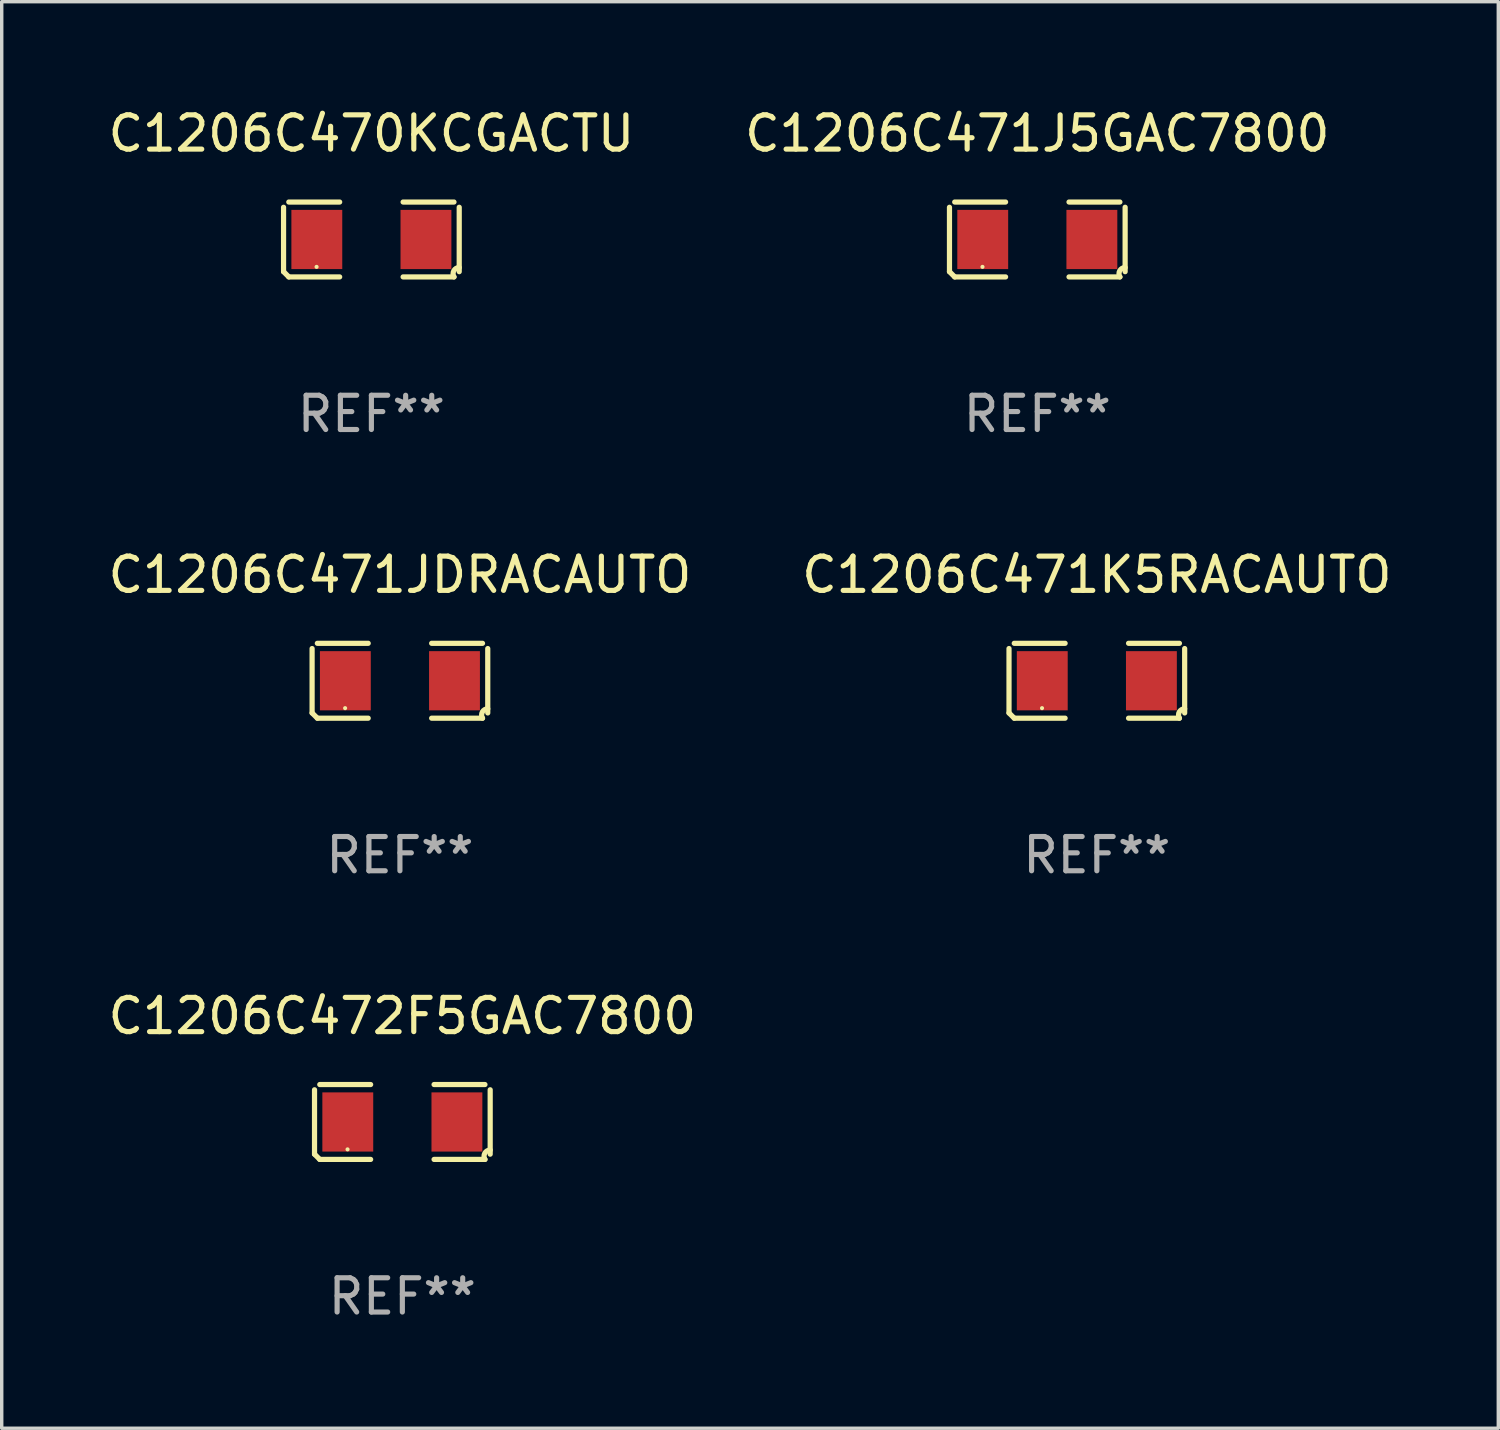
<source format=kicad_pcb>
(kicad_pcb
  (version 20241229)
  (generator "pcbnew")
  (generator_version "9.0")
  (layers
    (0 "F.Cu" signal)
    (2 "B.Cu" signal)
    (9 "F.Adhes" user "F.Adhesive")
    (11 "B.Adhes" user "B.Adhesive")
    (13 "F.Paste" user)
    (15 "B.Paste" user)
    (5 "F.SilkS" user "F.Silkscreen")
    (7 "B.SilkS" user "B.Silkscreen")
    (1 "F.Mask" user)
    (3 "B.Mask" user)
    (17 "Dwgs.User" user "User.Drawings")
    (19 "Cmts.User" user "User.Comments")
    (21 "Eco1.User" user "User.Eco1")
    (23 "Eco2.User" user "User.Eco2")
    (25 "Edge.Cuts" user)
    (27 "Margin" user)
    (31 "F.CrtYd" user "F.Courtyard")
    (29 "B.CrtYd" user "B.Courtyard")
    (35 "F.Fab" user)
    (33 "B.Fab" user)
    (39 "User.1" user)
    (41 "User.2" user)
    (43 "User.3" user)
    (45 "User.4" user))
  (footprint "C1206C470KCGACTU"
    (layer "F.Cu")
    (at 7.792 3.941)
    (property "Reference" "C1206C470KCGACTU" (at 0 -3.093 0) (layer "F.SilkS") (effects (font (size 1 1) (thickness 0.15))))
    (attr through_hole)
    (fp_line (start -2.564 0.94) (end -2.564 -0.94) (stroke (width 0.152) (type solid)) (layer "F.SilkS"))
    (fp_line (start -2.411 -1.093) (end -0.926 -1.093) (stroke (width 0.152) (type solid)) (layer "F.SilkS"))
    (fp_line (start -0.926 1.093) (end -2.411 1.093) (stroke (width 0.152) (type solid)) (layer "F.SilkS"))
    (fp_line (start 0.926 1.093) (end 2.411 1.093) (stroke (width 0.152) (type solid)) (layer "F.SilkS"))
    (fp_line (start 2.411 -1.093) (end 0.926 -1.093) (stroke (width 0.152) (type solid)) (layer "F.SilkS"))
    (fp_line (start 2.564 0.94) (end 2.564 -0.94) (stroke (width 0.152) (type solid)) (layer "F.SilkS"))
    (fp_arc (start -2.411201 1.092609) (mid -2.487413 1.01642) (end -2.563602 0.940208) (stroke (width 0.1524) (type solid)) (layer "F.SilkS"))
    (fp_arc (start 2.411201 1.092609) (mid 2.407159 0.911226) (end 2.563602 0.819347) (stroke (width 0.1524) (type solid)) (layer "F.SilkS"))
    (fp_circle (center -1.6 0.8) (end -1.57 0.8) (stroke (width 0.06) (type solid)) (fill no) (layer "F.SilkS"))
    (fp_text user "REF**" (at 0 5.093 0) (layer "F.Fab") (effects (font (size 1 1) (thickness 0.15))))
    (pad "1" smd rect (at -1.593 0) (size 1.485 1.728) (layers "F.Cu" "F.Mask" "F.Paste"))
    (pad "2" smd rect (at 1.593 0) (size 1.485 1.728) (layers "F.Cu" "F.Mask" "F.Paste")))
  (footprint "C1206C471JDRACAUTO"
    (layer "F.Cu")
    (at 8.625 16.823)
    (property "Reference" "C1206C471JDRACAUTO" (at 0 -3.093 0) (layer "F.SilkS") (effects (font (size 1 1) (thickness 0.15))))
    (attr through_hole)
    (fp_line (start -2.564 0.94) (end -2.564 -0.94) (stroke (width 0.152) (type solid)) (layer "F.SilkS"))
    (fp_line (start -2.411 -1.093) (end -0.926 -1.093) (stroke (width 0.152) (type solid)) (layer "F.SilkS"))
    (fp_line (start -0.926 1.093) (end -2.411 1.093) (stroke (width 0.152) (type solid)) (layer "F.SilkS"))
    (fp_line (start 0.926 1.093) (end 2.411 1.093) (stroke (width 0.152) (type solid)) (layer "F.SilkS"))
    (fp_line (start 2.411 -1.093) (end 0.926 -1.093) (stroke (width 0.152) (type solid)) (layer "F.SilkS"))
    (fp_line (start 2.564 0.94) (end 2.564 -0.94) (stroke (width 0.152) (type solid)) (layer "F.SilkS"))
    (fp_arc (start -2.411201 1.092609) (mid -2.487413 1.01642) (end -2.563602 0.940208) (stroke (width 0.1524) (type solid)) (layer "F.SilkS"))
    (fp_arc (start 2.411201 1.092609) (mid 2.407159 0.911226) (end 2.563602 0.819347) (stroke (width 0.1524) (type solid)) (layer "F.SilkS"))
    (fp_circle (center -1.6 0.8) (end -1.57 0.8) (stroke (width 0.06) (type solid)) (fill no) (layer "F.SilkS"))
    (fp_text user "REF**" (at 0 5.093 0) (layer "F.Fab") (effects (font (size 1 1) (thickness 0.15))))
    (pad "1" smd rect (at -1.593 0) (size 1.485 1.728) (layers "F.Cu" "F.Mask" "F.Paste"))
    (pad "2" smd rect (at 1.593 0) (size 1.485 1.728) (layers "F.Cu" "F.Mask" "F.Paste")))
  (footprint "C1206C472F5GAC7800"
    (layer "F.Cu")
    (at 8.696 29.704)
    (property "Reference" "C1206C472F5GAC7800" (at 0 -3.093 0) (layer "F.SilkS") (effects (font (size 1 1) (thickness 0.15))))
    (attr through_hole)
    (fp_line (start -2.564 0.94) (end -2.564 -0.94) (stroke (width 0.152) (type solid)) (layer "F.SilkS"))
    (fp_line (start -2.411 -1.093) (end -0.926 -1.093) (stroke (width 0.152) (type solid)) (layer "F.SilkS"))
    (fp_line (start -0.926 1.093) (end -2.411 1.093) (stroke (width 0.152) (type solid)) (layer "F.SilkS"))
    (fp_line (start 0.926 1.093) (end 2.411 1.093) (stroke (width 0.152) (type solid)) (layer "F.SilkS"))
    (fp_line (start 2.411 -1.093) (end 0.926 -1.093) (stroke (width 0.152) (type solid)) (layer "F.SilkS"))
    (fp_line (start 2.564 0.94) (end 2.564 -0.94) (stroke (width 0.152) (type solid)) (layer "F.SilkS"))
    (fp_arc (start -2.411201 1.092609) (mid -2.487413 1.01642) (end -2.563602 0.940208) (stroke (width 0.1524) (type solid)) (layer "F.SilkS"))
    (fp_arc (start 2.411201 1.092609) (mid 2.407159 0.911226) (end 2.563602 0.819347) (stroke (width 0.1524) (type solid)) (layer "F.SilkS"))
    (fp_circle (center -1.6 0.8) (end -1.57 0.8) (stroke (width 0.06) (type solid)) (fill no) (layer "F.SilkS"))
    (fp_text user "REF**" (at 0 5.093 0) (layer "F.Fab") (effects (font (size 1 1) (thickness 0.15))))
    (pad "1" smd rect (at -1.593 0) (size 1.485 1.728) (layers "F.Cu" "F.Mask" "F.Paste"))
    (pad "2" smd rect (at 1.593 0) (size 1.485 1.728) (layers "F.Cu" "F.Mask" "F.Paste")))
  (footprint "C1206C471J5GAC7800"
    (layer "F.Cu")
    (at 27.232 3.941)
    (property "Reference" "C1206C471J5GAC7800" (at 0 -3.093 0) (layer "F.SilkS") (effects (font (size 1 1) (thickness 0.15))))
    (attr through_hole)
    (fp_line (start -2.564 0.94) (end -2.564 -0.94) (stroke (width 0.152) (type solid)) (layer "F.SilkS"))
    (fp_line (start -2.411 -1.093) (end -0.926 -1.093) (stroke (width 0.152) (type solid)) (layer "F.SilkS"))
    (fp_line (start -0.926 1.093) (end -2.411 1.093) (stroke (width 0.152) (type solid)) (layer "F.SilkS"))
    (fp_line (start 0.926 1.093) (end 2.411 1.093) (stroke (width 0.152) (type solid)) (layer "F.SilkS"))
    (fp_line (start 2.411 -1.093) (end 0.926 -1.093) (stroke (width 0.152) (type solid)) (layer "F.SilkS"))
    (fp_line (start 2.564 0.94) (end 2.564 -0.94) (stroke (width 0.152) (type solid)) (layer "F.SilkS"))
    (fp_arc (start -2.411201 1.092609) (mid -2.487413 1.01642) (end -2.563602 0.940208) (stroke (width 0.1524) (type solid)) (layer "F.SilkS"))
    (fp_arc (start 2.411201 1.092609) (mid 2.407159 0.911226) (end 2.563602 0.819347) (stroke (width 0.1524) (type solid)) (layer "F.SilkS"))
    (fp_circle (center -1.6 0.8) (end -1.57 0.8) (stroke (width 0.06) (type solid)) (fill no) (layer "F.SilkS"))
    (fp_text user "REF**" (at 0 5.093 0) (layer "F.Fab") (effects (font (size 1 1) (thickness 0.15))))
    (pad "1" smd rect (at -1.593 0) (size 1.485 1.728) (layers "F.Cu" "F.Mask" "F.Paste"))
    (pad "2" smd rect (at 1.593 0) (size 1.485 1.728) (layers "F.Cu" "F.Mask" "F.Paste")))
  (footprint "C1206C471K5RACAUTO"
    (layer "F.Cu")
    (at 28.97 16.823)
    (property "Reference" "C1206C471K5RACAUTO" (at 0 -3.093 0) (layer "F.SilkS") (effects (font (size 1 1) (thickness 0.15))))
    (attr through_hole)
    (fp_line (start -2.564 0.94) (end -2.564 -0.94) (stroke (width 0.152) (type solid)) (layer "F.SilkS"))
    (fp_line (start -2.411 -1.093) (end -0.926 -1.093) (stroke (width 0.152) (type solid)) (layer "F.SilkS"))
    (fp_line (start -0.926 1.093) (end -2.411 1.093) (stroke (width 0.152) (type solid)) (layer "F.SilkS"))
    (fp_line (start 0.926 1.093) (end 2.411 1.093) (stroke (width 0.152) (type solid)) (layer "F.SilkS"))
    (fp_line (start 2.411 -1.093) (end 0.926 -1.093) (stroke (width 0.152) (type solid)) (layer "F.SilkS"))
    (fp_line (start 2.564 0.94) (end 2.564 -0.94) (stroke (width 0.152) (type solid)) (layer "F.SilkS"))
    (fp_arc (start -2.411201 1.092609) (mid -2.487413 1.01642) (end -2.563602 0.940208) (stroke (width 0.1524) (type solid)) (layer "F.SilkS"))
    (fp_arc (start 2.411201 1.092609) (mid 2.407159 0.911226) (end 2.563602 0.819347) (stroke (width 0.1524) (type solid)) (layer "F.SilkS"))
    (fp_circle (center -1.6 0.8) (end -1.57 0.8) (stroke (width 0.06) (type solid)) (fill no) (layer "F.SilkS"))
    (fp_text user "REF**" (at 0 5.093 0) (layer "F.Fab") (effects (font (size 1 1) (thickness 0.15))))
    (pad "1" smd rect (at -1.593 0) (size 1.485 1.728) (layers "F.Cu" "F.Mask" "F.Paste"))
    (pad "2" smd rect (at 1.593 0) (size 1.485 1.728) (layers "F.Cu" "F.Mask" "F.Paste")))
  (gr_rect
    (start -3 -3)
    (end 40.69 38.645)
    (stroke (width 0.1) (type default))
    (fill no)
    (layer "Edge.Cuts")))
</source>
